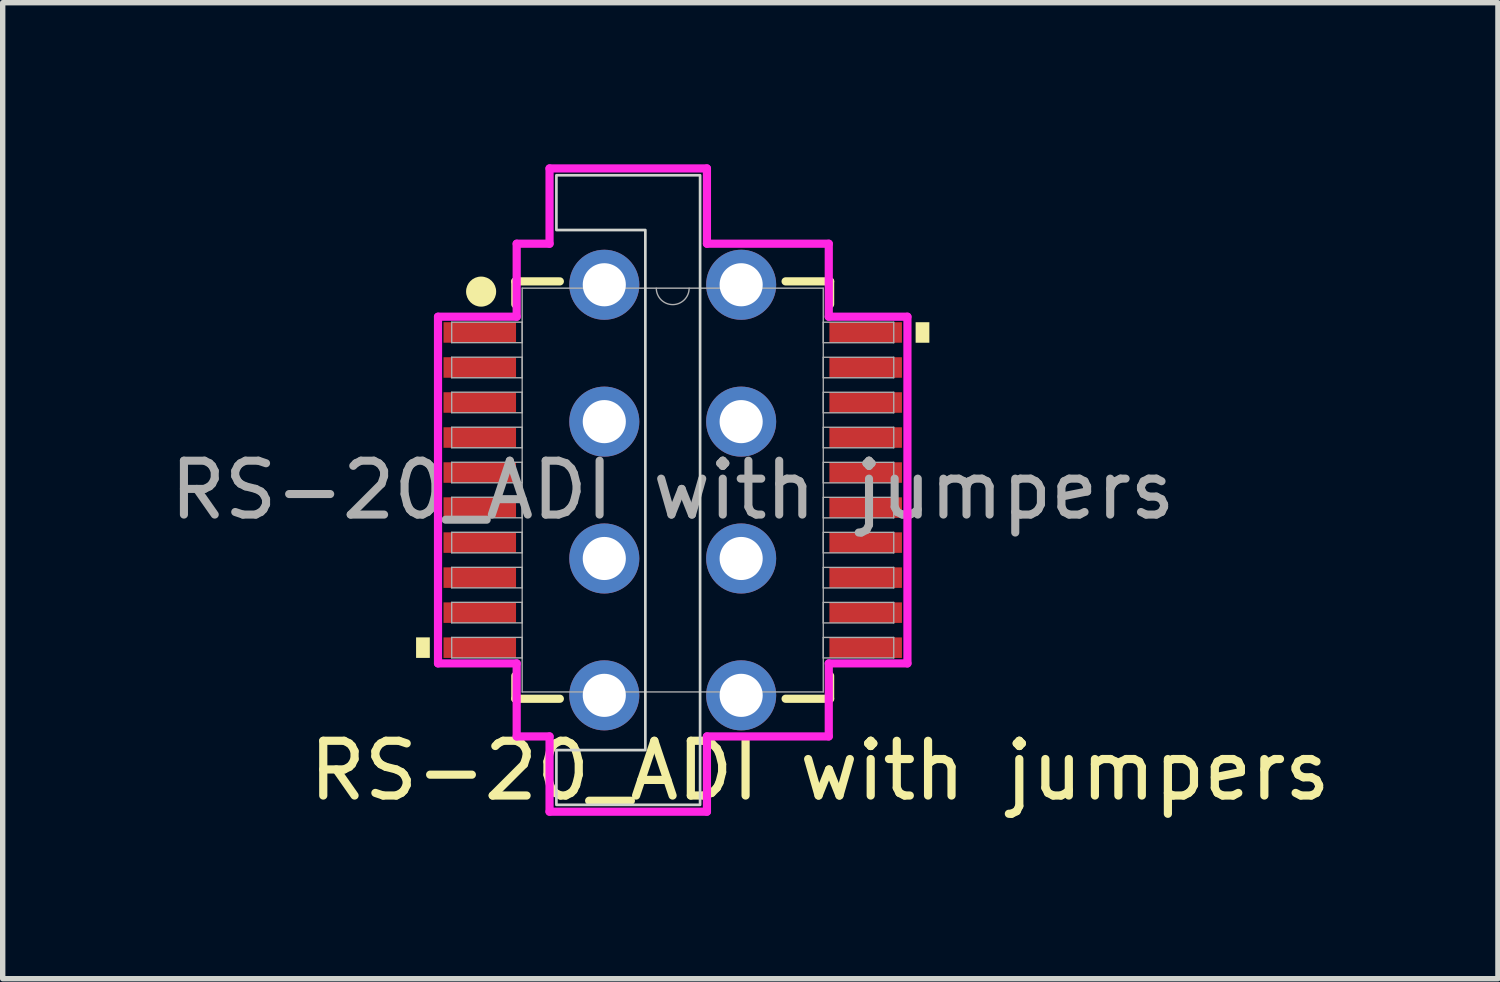
<source format=kicad_pcb>
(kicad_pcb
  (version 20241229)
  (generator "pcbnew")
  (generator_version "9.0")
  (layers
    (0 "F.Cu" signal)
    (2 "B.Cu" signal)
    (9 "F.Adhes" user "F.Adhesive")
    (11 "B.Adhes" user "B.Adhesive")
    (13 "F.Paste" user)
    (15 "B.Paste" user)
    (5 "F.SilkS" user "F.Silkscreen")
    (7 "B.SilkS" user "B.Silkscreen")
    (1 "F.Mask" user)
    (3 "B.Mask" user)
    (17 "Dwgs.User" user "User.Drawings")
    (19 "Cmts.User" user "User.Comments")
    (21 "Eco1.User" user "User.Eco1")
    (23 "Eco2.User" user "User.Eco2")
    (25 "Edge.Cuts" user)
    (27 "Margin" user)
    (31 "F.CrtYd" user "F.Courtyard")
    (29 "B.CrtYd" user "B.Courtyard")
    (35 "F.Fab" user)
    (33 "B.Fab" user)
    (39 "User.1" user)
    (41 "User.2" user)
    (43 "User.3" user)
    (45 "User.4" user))
  (footprint "RS-20_ADI with jumpers"
    (layer "F.Cu")
    (at 9.435 6.045)
    (property "Reference" "RS-20_ADI with jumpers" (at 2.731 5.207 0) (unlocked yes) (layer "F.SilkS") (effects (font (size 1.016 1.016) (thickness 0.152))))
    (attr smd)
    (fp_line (start -2.921 -3.873) (end -2.921 -3.448) (stroke (width 0.152) (type solid)) (layer "F.SilkS"))
    (fp_line (start -2.921 3.448) (end -2.921 3.873) (stroke (width 0.152) (type solid)) (layer "F.SilkS"))
    (fp_line (start -2.921 3.873) (end -2.095 3.873) (stroke (width 0.152) (type solid)) (layer "F.SilkS"))
    (fp_line (start -2.095 -3.873) (end -2.921 -3.873) (stroke (width 0.152) (type solid)) (layer "F.SilkS"))
    (fp_line (start 2.095 3.873) (end 2.921 3.873) (stroke (width 0.152) (type solid)) (layer "F.SilkS"))
    (fp_line (start 2.921 -3.873) (end 2.095 -3.873) (stroke (width 0.152) (type solid)) (layer "F.SilkS"))
    (fp_line (start 2.921 -3.448) (end 2.921 -3.873) (stroke (width 0.152) (type solid)) (layer "F.SilkS"))
    (fp_line (start 2.921 3.873) (end 2.921 3.448) (stroke (width 0.152) (type solid)) (layer "F.SilkS"))
    (fp_circle (center -3.556 -3.683) (end -3.327 -3.683) (stroke (width 0.1) (type solid)) (fill yes) (layer "F.SilkS"))
    (fp_poly (pts (xy -4.763 2.734) (xy -4.763 3.115) (xy -4.508 3.115) (xy -4.508 2.734)) (stroke (width 0) (type solid)) (fill yes) (layer "F.SilkS"))
    (fp_poly (pts (xy 4.763 -3.115) (xy 4.763 -2.734) (xy 4.508 -2.734) (xy 4.508 -3.115)) (stroke (width 0) (type solid)) (fill yes) (layer "F.SilkS"))
    (fp_poly (pts (xy -2.159 5.842) (xy 0.508 5.842) (xy 0.508 -5.842) (xy -2.159 -5.842) (xy -2.159 -4.826) (xy -0.508 -4.826) (xy -0.508 4.826) (xy -2.159 4.826)) (stroke (width 0.05) (type solid)) (fill no) (layer "Edge.Cuts"))
    (fp_line (start -4.356 -3.217) (end -2.896 -3.217) (stroke (width 0.152) (type solid)) (layer "F.CrtYd"))
    (fp_line (start -4.356 3.217) (end -4.356 -3.217) (stroke (width 0.152) (type solid)) (layer "F.CrtYd"))
    (fp_line (start -4.356 3.217) (end -2.896 3.217) (stroke (width 0.152) (type solid)) (layer "F.CrtYd"))
    (fp_line (start -2.896 -4.572) (end -2.286 -4.572) (stroke (width 0.152) (type solid)) (layer "F.CrtYd"))
    (fp_line (start -2.896 -3.217) (end -2.896 -4.572) (stroke (width 0.152) (type solid)) (layer "F.CrtYd"))
    (fp_line (start -2.896 4.572) (end -2.896 3.217) (stroke (width 0.152) (type solid)) (layer "F.CrtYd"))
    (fp_line (start -2.896 4.572) (end -2.286 4.572) (stroke (width 0.152) (type solid)) (layer "F.CrtYd"))
    (fp_line (start -2.286 -5.969) (end 0.635 -5.969) (stroke (width 0.152) (type solid)) (layer "F.CrtYd"))
    (fp_line (start -2.286 -4.572) (end -2.286 -5.969) (stroke (width 0.152) (type solid)) (layer "F.CrtYd"))
    (fp_line (start -2.286 4.572) (end -2.286 5.969) (stroke (width 0.152) (type solid)) (layer "F.CrtYd"))
    (fp_line (start 0.635 -4.572) (end 0.635 -5.969) (stroke (width 0.152) (type solid)) (layer "F.CrtYd"))
    (fp_line (start 0.635 -4.572) (end 2.896 -4.572) (stroke (width 0.152) (type solid)) (layer "F.CrtYd"))
    (fp_line (start 0.635 4.572) (end 0.635 5.969) (stroke (width 0.152) (type solid)) (layer "F.CrtYd"))
    (fp_line (start 0.635 5.969) (end -2.286 5.969) (stroke (width 0.152) (type solid)) (layer "F.CrtYd"))
    (fp_line (start 2.896 -4.572) (end 2.896 -3.217) (stroke (width 0.152) (type solid)) (layer "F.CrtYd"))
    (fp_line (start 2.896 3.217) (end 2.896 4.572) (stroke (width 0.152) (type solid)) (layer "F.CrtYd"))
    (fp_line (start 2.896 4.572) (end 0.635 4.572) (stroke (width 0.152) (type solid)) (layer "F.CrtYd"))
    (fp_line (start 4.356 -3.217) (end 2.896 -3.217) (stroke (width 0.152) (type solid)) (layer "F.CrtYd"))
    (fp_line (start 4.356 -3.217) (end 4.356 3.217) (stroke (width 0.152) (type solid)) (layer "F.CrtYd"))
    (fp_line (start 4.356 3.217) (end 2.896 3.217) (stroke (width 0.152) (type solid)) (layer "F.CrtYd"))
    (fp_line (start -4.102 -3.116) (end -4.102 -2.735) (stroke (width 0.025) (type solid)) (layer "F.Fab"))
    (fp_line (start -4.102 -2.735) (end -2.794 -2.735) (stroke (width 0.025) (type solid)) (layer "F.Fab"))
    (fp_line (start -4.102 -2.466) (end -4.102 -2.084) (stroke (width 0.025) (type solid)) (layer "F.Fab"))
    (fp_line (start -4.102 -2.084) (end -2.794 -2.084) (stroke (width 0.025) (type solid)) (layer "F.Fab"))
    (fp_line (start -4.102 -1.816) (end -4.102 -1.435) (stroke (width 0.025) (type solid)) (layer "F.Fab"))
    (fp_line (start -4.102 -1.435) (end -2.794 -1.435) (stroke (width 0.025) (type solid)) (layer "F.Fab"))
    (fp_line (start -4.102 -1.166) (end -4.102 -0.785) (stroke (width 0.025) (type solid)) (layer "F.Fab"))
    (fp_line (start -4.102 -0.785) (end -2.794 -0.785) (stroke (width 0.025) (type solid)) (layer "F.Fab"))
    (fp_line (start -4.102 -0.516) (end -4.102 -0.135) (stroke (width 0.025) (type solid)) (layer "F.Fab"))
    (fp_line (start -4.102 -0.135) (end -2.794 -0.135) (stroke (width 0.025) (type solid)) (layer "F.Fab"))
    (fp_line (start -4.102 0.134) (end -4.102 0.515) (stroke (width 0.025) (type solid)) (layer "F.Fab"))
    (fp_line (start -4.102 0.515) (end -2.794 0.515) (stroke (width 0.025) (type solid)) (layer "F.Fab"))
    (fp_line (start -4.102 0.784) (end -4.102 1.165) (stroke (width 0.025) (type solid)) (layer "F.Fab"))
    (fp_line (start -4.102 1.165) (end -2.794 1.165) (stroke (width 0.025) (type solid)) (layer "F.Fab"))
    (fp_line (start -4.102 1.434) (end -4.102 1.815) (stroke (width 0.025) (type solid)) (layer "F.Fab"))
    (fp_line (start -4.102 1.815) (end -2.794 1.815) (stroke (width 0.025) (type solid)) (layer "F.Fab"))
    (fp_line (start -4.102 2.084) (end -4.102 2.465) (stroke (width 0.025) (type solid)) (layer "F.Fab"))
    (fp_line (start -4.102 2.465) (end -2.794 2.465) (stroke (width 0.025) (type solid)) (layer "F.Fab"))
    (fp_line (start -4.102 2.734) (end -4.102 3.115) (stroke (width 0.025) (type solid)) (layer "F.Fab"))
    (fp_line (start -4.102 3.115) (end -2.794 3.115) (stroke (width 0.025) (type solid)) (layer "F.Fab"))
    (fp_line (start -2.794 -3.747) (end -2.794 3.747) (stroke (width 0.025) (type solid)) (layer "F.Fab"))
    (fp_line (start -2.794 -3.116) (end -4.102 -3.116) (stroke (width 0.025) (type solid)) (layer "F.Fab"))
    (fp_line (start -2.794 -2.735) (end -2.794 -3.116) (stroke (width 0.025) (type solid)) (layer "F.Fab"))
    (fp_line (start -2.794 -2.466) (end -4.102 -2.466) (stroke (width 0.025) (type solid)) (layer "F.Fab"))
    (fp_line (start -2.794 -2.084) (end -2.794 -2.466) (stroke (width 0.025) (type solid)) (layer "F.Fab"))
    (fp_line (start -2.794 -1.816) (end -4.102 -1.816) (stroke (width 0.025) (type solid)) (layer "F.Fab"))
    (fp_line (start -2.794 -1.435) (end -2.794 -1.816) (stroke (width 0.025) (type solid)) (layer "F.Fab"))
    (fp_line (start -2.794 -1.166) (end -4.102 -1.166) (stroke (width 0.025) (type solid)) (layer "F.Fab"))
    (fp_line (start -2.794 -0.785) (end -2.794 -1.166) (stroke (width 0.025) (type solid)) (layer "F.Fab"))
    (fp_line (start -2.794 -0.516) (end -4.102 -0.516) (stroke (width 0.025) (type solid)) (layer "F.Fab"))
    (fp_line (start -2.794 -0.135) (end -2.794 -0.516) (stroke (width 0.025) (type solid)) (layer "F.Fab"))
    (fp_line (start -2.794 0.134) (end -4.102 0.134) (stroke (width 0.025) (type solid)) (layer "F.Fab"))
    (fp_line (start -2.794 0.515) (end -2.794 0.134) (stroke (width 0.025) (type solid)) (layer "F.Fab"))
    (fp_line (start -2.794 0.784) (end -4.102 0.784) (stroke (width 0.025) (type solid)) (layer "F.Fab"))
    (fp_line (start -2.794 1.165) (end -2.794 0.784) (stroke (width 0.025) (type solid)) (layer "F.Fab"))
    (fp_line (start -2.794 1.434) (end -4.102 1.434) (stroke (width 0.025) (type solid)) (layer "F.Fab"))
    (fp_line (start -2.794 1.815) (end -2.794 1.434) (stroke (width 0.025) (type solid)) (layer "F.Fab"))
    (fp_line (start -2.794 2.084) (end -4.102 2.084) (stroke (width 0.025) (type solid)) (layer "F.Fab"))
    (fp_line (start -2.794 2.465) (end -2.794 2.084) (stroke (width 0.025) (type solid)) (layer "F.Fab"))
    (fp_line (start -2.794 2.734) (end -4.102 2.734) (stroke (width 0.025) (type solid)) (layer "F.Fab"))
    (fp_line (start -2.794 3.115) (end -2.794 2.734) (stroke (width 0.025) (type solid)) (layer "F.Fab"))
    (fp_line (start -2.794 3.747) (end 2.794 3.747) (stroke (width 0.025) (type solid)) (layer "F.Fab"))
    (fp_line (start 2.794 -3.747) (end -2.794 -3.747) (stroke (width 0.025) (type solid)) (layer "F.Fab"))
    (fp_line (start 2.794 -3.115) (end 2.794 -2.734) (stroke (width 0.025) (type solid)) (layer "F.Fab"))
    (fp_line (start 2.794 -2.734) (end 4.102 -2.734) (stroke (width 0.025) (type solid)) (layer "F.Fab"))
    (fp_line (start 2.794 -2.465) (end 2.794 -2.084) (stroke (width 0.025) (type solid)) (layer "F.Fab"))
    (fp_line (start 2.794 -2.084) (end 4.102 -2.084) (stroke (width 0.025) (type solid)) (layer "F.Fab"))
    (fp_line (start 2.794 -1.815) (end 2.794 -1.434) (stroke (width 0.025) (type solid)) (layer "F.Fab"))
    (fp_line (start 2.794 -1.434) (end 4.102 -1.434) (stroke (width 0.025) (type solid)) (layer "F.Fab"))
    (fp_line (start 2.794 -1.165) (end 2.794 -0.784) (stroke (width 0.025) (type solid)) (layer "F.Fab"))
    (fp_line (start 2.794 -0.784) (end 4.102 -0.784) (stroke (width 0.025) (type solid)) (layer "F.Fab"))
    (fp_line (start 2.794 -0.515) (end 2.794 -0.134) (stroke (width 0.025) (type solid)) (layer "F.Fab"))
    (fp_line (start 2.794 -0.134) (end 4.102 -0.134) (stroke (width 0.025) (type solid)) (layer "F.Fab"))
    (fp_line (start 2.794 0.135) (end 2.794 0.516) (stroke (width 0.025) (type solid)) (layer "F.Fab"))
    (fp_line (start 2.794 0.516) (end 4.102 0.516) (stroke (width 0.025) (type solid)) (layer "F.Fab"))
    (fp_line (start 2.794 0.785) (end 2.794 1.166) (stroke (width 0.025) (type solid)) (layer "F.Fab"))
    (fp_line (start 2.794 1.166) (end 4.102 1.166) (stroke (width 0.025) (type solid)) (layer "F.Fab"))
    (fp_line (start 2.794 1.435) (end 2.794 1.816) (stroke (width 0.025) (type solid)) (layer "F.Fab"))
    (fp_line (start 2.794 1.816) (end 4.102 1.816) (stroke (width 0.025) (type solid)) (layer "F.Fab"))
    (fp_line (start 2.794 2.085) (end 2.794 2.466) (stroke (width 0.025) (type solid)) (layer "F.Fab"))
    (fp_line (start 2.794 2.466) (end 4.102 2.466) (stroke (width 0.025) (type solid)) (layer "F.Fab"))
    (fp_line (start 2.794 2.735) (end 2.794 3.116) (stroke (width 0.025) (type solid)) (layer "F.Fab"))
    (fp_line (start 2.794 3.116) (end 4.102 3.116) (stroke (width 0.025) (type solid)) (layer "F.Fab"))
    (fp_line (start 2.794 3.747) (end 2.794 -3.747) (stroke (width 0.025) (type solid)) (layer "F.Fab"))
    (fp_line (start 4.102 -3.115) (end 2.794 -3.115) (stroke (width 0.025) (type solid)) (layer "F.Fab"))
    (fp_line (start 4.102 -2.734) (end 4.102 -3.115) (stroke (width 0.025) (type solid)) (layer "F.Fab"))
    (fp_line (start 4.102 -2.465) (end 2.794 -2.465) (stroke (width 0.025) (type solid)) (layer "F.Fab"))
    (fp_line (start 4.102 -2.084) (end 4.102 -2.465) (stroke (width 0.025) (type solid)) (layer "F.Fab"))
    (fp_line (start 4.102 -1.815) (end 2.794 -1.815) (stroke (width 0.025) (type solid)) (layer "F.Fab"))
    (fp_line (start 4.102 -1.434) (end 4.102 -1.815) (stroke (width 0.025) (type solid)) (layer "F.Fab"))
    (fp_line (start 4.102 -1.165) (end 2.794 -1.165) (stroke (width 0.025) (type solid)) (layer "F.Fab"))
    (fp_line (start 4.102 -0.784) (end 4.102 -1.165) (stroke (width 0.025) (type solid)) (layer "F.Fab"))
    (fp_line (start 4.102 -0.515) (end 2.794 -0.515) (stroke (width 0.025) (type solid)) (layer "F.Fab"))
    (fp_line (start 4.102 -0.134) (end 4.102 -0.515) (stroke (width 0.025) (type solid)) (layer "F.Fab"))
    (fp_line (start 4.102 0.135) (end 2.794 0.135) (stroke (width 0.025) (type solid)) (layer "F.Fab"))
    (fp_line (start 4.102 0.516) (end 4.102 0.135) (stroke (width 0.025) (type solid)) (layer "F.Fab"))
    (fp_line (start 4.102 0.785) (end 2.794 0.785) (stroke (width 0.025) (type solid)) (layer "F.Fab"))
    (fp_line (start 4.102 1.166) (end 4.102 0.785) (stroke (width 0.025) (type solid)) (layer "F.Fab"))
    (fp_line (start 4.102 1.435) (end 2.794 1.435) (stroke (width 0.025) (type solid)) (layer "F.Fab"))
    (fp_line (start 4.102 1.816) (end 4.102 1.435) (stroke (width 0.025) (type solid)) (layer "F.Fab"))
    (fp_line (start 4.102 2.085) (end 2.794 2.085) (stroke (width 0.025) (type solid)) (layer "F.Fab"))
    (fp_line (start 4.102 2.466) (end 4.102 2.085) (stroke (width 0.025) (type solid)) (layer "F.Fab"))
    (fp_line (start 4.102 2.735) (end 2.794 2.735) (stroke (width 0.025) (type solid)) (layer "F.Fab"))
    (fp_line (start 4.102 3.116) (end 4.102 2.735) (stroke (width 0.025) (type solid)) (layer "F.Fab"))
    (fp_arc (start 0.3048 -3.7465) (mid 0 -3.4417) (end -0.3048 -3.7465) (stroke (width 0.0254) (type solid)) (layer "F.Fab"))
    (fp_text user "${REFERENCE}" (at 0 0 0) (unlocked yes) (layer "F.Fab") (effects (font (size 1 1) (thickness 0.15))))
    (pad "1" smd rect (at -3.581 -2.925) (size 1.346 0.381) (layers "F.Cu" "F.Mask" "F.Paste"))
    (pad "1" thru_hole circle (at -1.27 -3.81 270) (size 1.3 1.3) (drill 0.8) (layers "*.Cu" "*.Mask"))
    (pad "2" smd rect (at -3.581 -2.275) (size 1.346 0.381) (layers "F.Cu" "F.Mask" "F.Paste"))
    (pad "3" smd rect (at -3.581 -1.625) (size 1.346 0.381) (layers "F.Cu" "F.Mask" "F.Paste"))
    (pad "4" smd rect (at -3.581 -0.975) (size 1.346 0.381) (layers "F.Cu" "F.Mask" "F.Paste"))
    (pad "5" smd rect (at -3.581 -0.325) (size 1.346 0.381) (layers "F.Cu" "F.Mask" "F.Paste"))
    (pad "6" smd rect (at -3.581 0.325) (size 1.346 0.381) (layers "F.Cu" "F.Mask" "F.Paste"))
    (pad "7" smd rect (at -3.581 0.975) (size 1.346 0.381) (layers "F.Cu" "F.Mask" "F.Paste"))
    (pad "8" smd rect (at -3.581 1.625) (size 1.346 0.381) (layers "F.Cu" "F.Mask" "F.Paste"))
    (pad "8" thru_hole circle (at -1.27 -1.27 270) (size 1.3 1.3) (drill 0.8) (layers "*.Cu" "*.Mask"))
    (pad "9" smd rect (at -3.581 2.275) (size 1.346 0.381) (layers "F.Cu" "F.Mask" "F.Paste"))
    (pad "9" thru_hole circle (at -1.27 1.27 270) (size 1.3 1.3) (drill 0.8) (layers "*.Cu" "*.Mask"))
    (pad "10" smd rect (at -3.581 2.925) (size 1.346 0.381) (layers "F.Cu" "F.Mask" "F.Paste"))
    (pad "10" thru_hole circle (at -1.27 3.81 270) (size 1.3 1.3) (drill 0.8) (layers "*.Cu" "*.Mask"))
    (pad "11" thru_hole circle (at 1.27 3.81 270) (size 1.3 1.3) (drill 0.8) (layers "*.Cu" "*.Mask"))
    (pad "11" smd rect (at 3.581 2.925) (size 1.346 0.381) (layers "F.Cu" "F.Mask" "F.Paste"))
    (pad "12" thru_hole circle (at 1.27 -1.27 270) (size 1.3 1.3) (drill 0.8) (layers "*.Cu" "*.Mask"))
    (pad "12" smd rect (at 3.581 2.275) (size 1.346 0.381) (layers "F.Cu" "F.Mask" "F.Paste"))
    (pad "13" thru_hole circle (at 1.27 1.27 270) (size 1.3 1.3) (drill 0.8) (layers "*.Cu" "*.Mask"))
    (pad "13" smd rect (at 3.581 1.625) (size 1.346 0.381) (layers "F.Cu" "F.Mask" "F.Paste"))
    (pad "14" smd rect (at 3.581 0.975) (size 1.346 0.381) (layers "F.Cu" "F.Mask" "F.Paste"))
    (pad "15" smd rect (at 3.581 0.325) (size 1.346 0.381) (layers "F.Cu" "F.Mask" "F.Paste"))
    (pad "16" smd rect (at 3.581 -0.325) (size 1.346 0.381) (layers "F.Cu" "F.Mask" "F.Paste"))
    (pad "17" smd rect (at 3.581 -0.975) (size 1.346 0.381) (layers "F.Cu" "F.Mask" "F.Paste"))
    (pad "18" smd rect (at 3.581 -1.625) (size 1.346 0.381) (layers "F.Cu" "F.Mask" "F.Paste"))
    (pad "19" smd rect (at 3.581 -2.275) (size 1.346 0.381) (layers "F.Cu" "F.Mask" "F.Paste"))
    (pad "20" thru_hole circle (at 1.27 -3.81 270) (size 1.3 1.3) (drill 0.8) (layers "*.Cu" "*.Mask"))
    (pad "20" smd rect (at 3.581 -2.925) (size 1.346 0.381) (layers "F.Cu" "F.Mask" "F.Paste")))
  (gr_rect
    (start -3 -3)
    (end 24.75 15.114)
    (stroke (width 0.1) (type default))
    (fill no)
    (layer "Edge.Cuts")))
</source>
